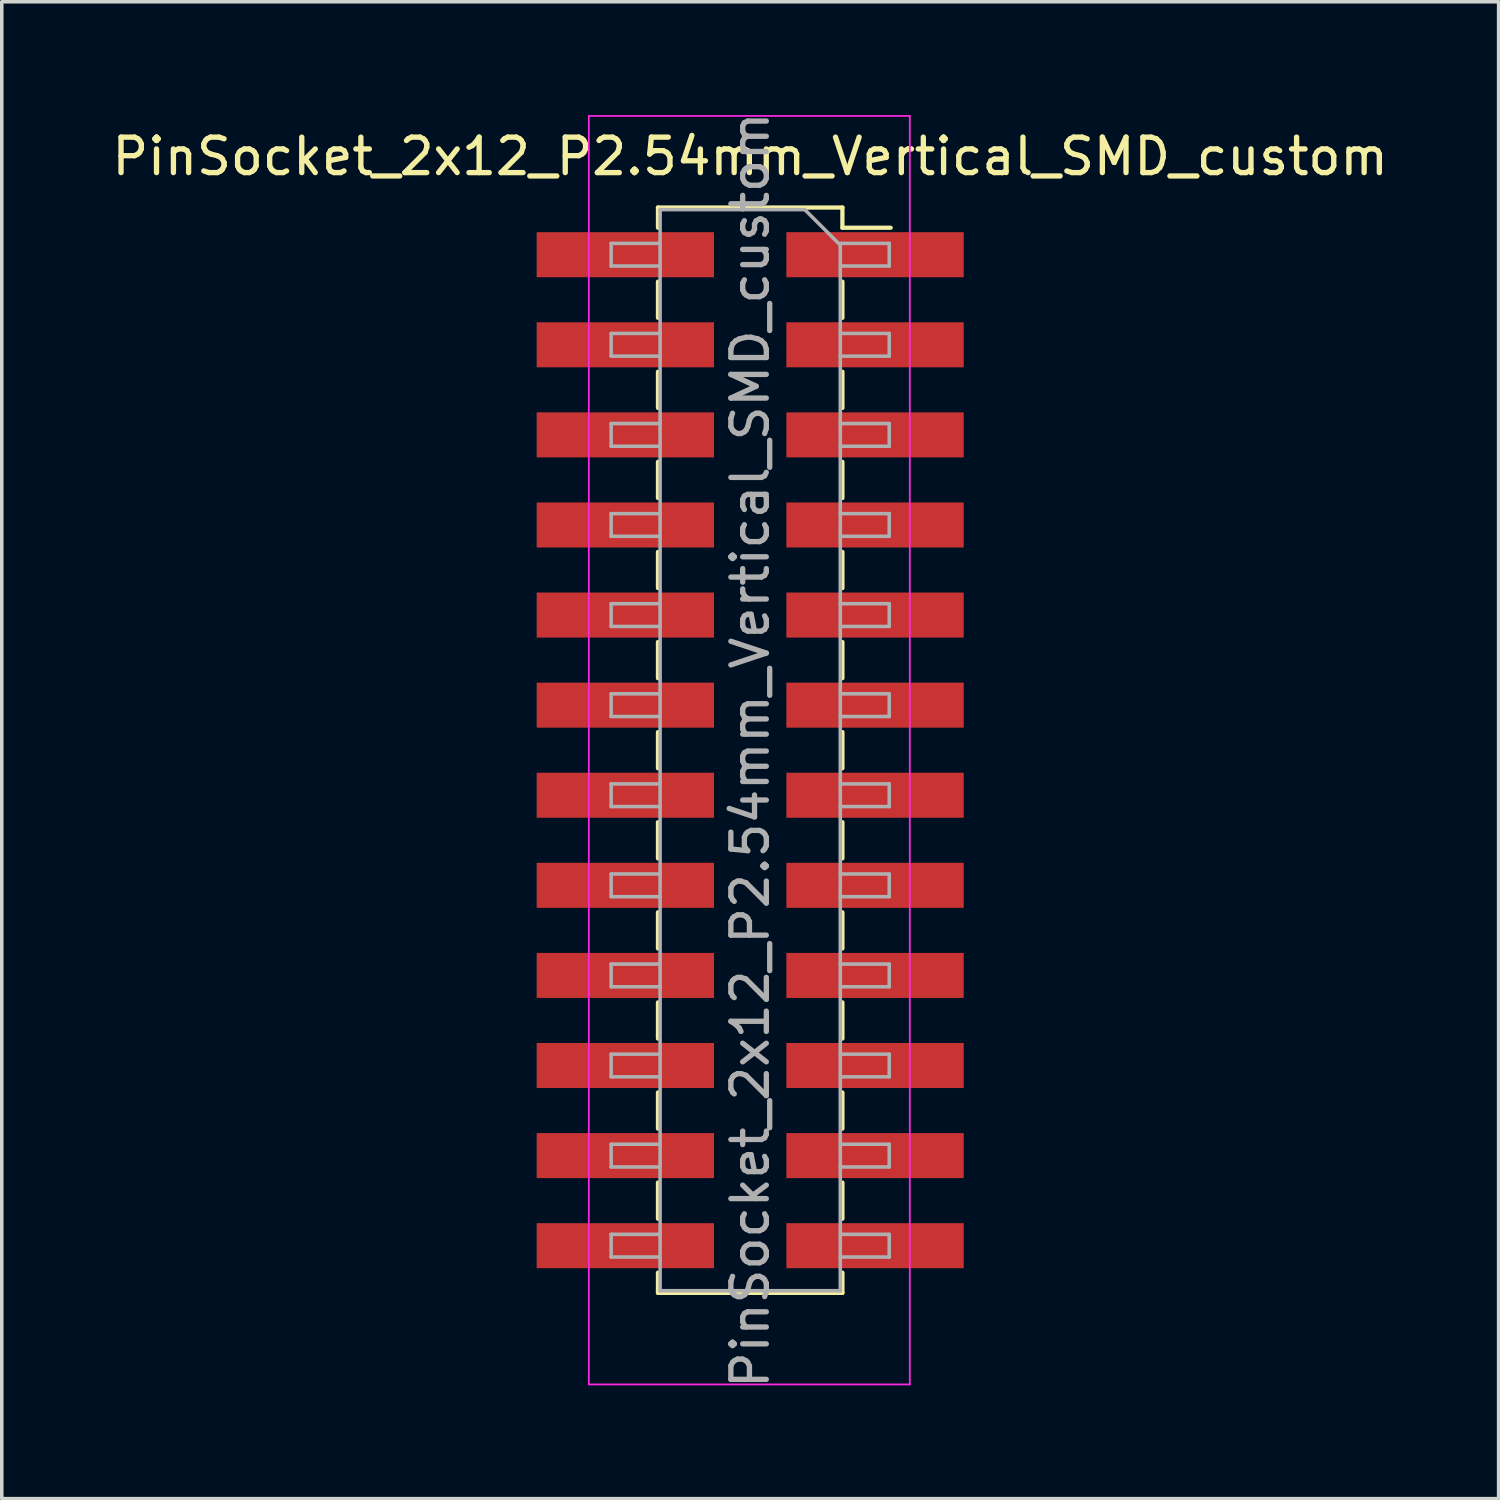
<source format=kicad_pcb>
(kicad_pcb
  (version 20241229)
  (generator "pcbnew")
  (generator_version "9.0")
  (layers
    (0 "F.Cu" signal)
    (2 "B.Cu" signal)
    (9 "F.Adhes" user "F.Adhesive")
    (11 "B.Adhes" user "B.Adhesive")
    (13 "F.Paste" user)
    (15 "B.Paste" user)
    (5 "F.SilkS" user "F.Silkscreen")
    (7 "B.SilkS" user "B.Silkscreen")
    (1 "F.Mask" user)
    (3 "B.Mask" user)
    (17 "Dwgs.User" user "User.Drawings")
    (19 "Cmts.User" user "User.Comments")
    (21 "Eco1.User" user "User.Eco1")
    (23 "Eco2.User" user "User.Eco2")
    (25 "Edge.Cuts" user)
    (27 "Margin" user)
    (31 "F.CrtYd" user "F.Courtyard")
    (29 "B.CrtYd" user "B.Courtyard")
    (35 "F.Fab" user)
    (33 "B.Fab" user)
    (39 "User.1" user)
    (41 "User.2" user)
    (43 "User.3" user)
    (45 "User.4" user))
  (footprint "PinSocket_2x12_P2.54mm_Vertical_SMD_custom"
    (layer "F.Cu")
    (at 18.101 18.101)
    (property "Reference" "PinSocket_2x12_P2.54mm_Vertical_SMD_custom" (at 0 -16.74 0) (layer "F.SilkS") (effects (font (size 1 1) (thickness 0.15))))
    (attr smd)
    (fp_line (start -2.6 -14.73) (end -2.6 -15.3) (stroke (width 0.12) (type solid)) (layer "F.SilkS"))
    (fp_line (start -2.6 -12.19) (end -2.6 -13.21) (stroke (width 0.12) (type solid)) (layer "F.SilkS"))
    (fp_line (start -2.6 -9.65) (end -2.6 -10.67) (stroke (width 0.12) (type solid)) (layer "F.SilkS"))
    (fp_line (start -2.6 -7.11) (end -2.6 -8.13) (stroke (width 0.12) (type solid)) (layer "F.SilkS"))
    (fp_line (start -2.6 -4.57) (end -2.6 -5.59) (stroke (width 0.12) (type solid)) (layer "F.SilkS"))
    (fp_line (start -2.6 -2.03) (end -2.6 -3.05) (stroke (width 0.12) (type solid)) (layer "F.SilkS"))
    (fp_line (start -2.6 0.51) (end -2.6 -0.51) (stroke (width 0.12) (type solid)) (layer "F.SilkS"))
    (fp_line (start -2.6 3.05) (end -2.6 2.03) (stroke (width 0.12) (type solid)) (layer "F.SilkS"))
    (fp_line (start -2.6 5.59) (end -2.6 4.57) (stroke (width 0.12) (type solid)) (layer "F.SilkS"))
    (fp_line (start -2.6 8.13) (end -2.6 7.11) (stroke (width 0.12) (type solid)) (layer "F.SilkS"))
    (fp_line (start -2.6 10.67) (end -2.6 9.65) (stroke (width 0.12) (type solid)) (layer "F.SilkS"))
    (fp_line (start -2.6 13.21) (end -2.6 12.19) (stroke (width 0.12) (type solid)) (layer "F.SilkS"))
    (fp_line (start -2.6 15.3) (end -2.6 14.73) (stroke (width 0.12) (type solid)) (layer "F.SilkS"))
    (fp_line (start 2.6 -15.3) (end -2.6 -15.3) (stroke (width 0.12) (type solid)) (layer "F.SilkS"))
    (fp_line (start 2.6 -14.73) (end 2.6 -15.3) (stroke (width 0.12) (type solid)) (layer "F.SilkS"))
    (fp_line (start 2.6 -12.19) (end 2.6 -13.21) (stroke (width 0.12) (type solid)) (layer "F.SilkS"))
    (fp_line (start 2.6 -9.65) (end 2.6 -10.67) (stroke (width 0.12) (type solid)) (layer "F.SilkS"))
    (fp_line (start 2.6 -7.11) (end 2.6 -8.13) (stroke (width 0.12) (type solid)) (layer "F.SilkS"))
    (fp_line (start 2.6 -4.57) (end 2.6 -5.59) (stroke (width 0.12) (type solid)) (layer "F.SilkS"))
    (fp_line (start 2.6 -2.03) (end 2.6 -3.05) (stroke (width 0.12) (type solid)) (layer "F.SilkS"))
    (fp_line (start 2.6 0.51) (end 2.6 -0.51) (stroke (width 0.12) (type solid)) (layer "F.SilkS"))
    (fp_line (start 2.6 3.05) (end 2.6 2.03) (stroke (width 0.12) (type solid)) (layer "F.SilkS"))
    (fp_line (start 2.6 5.59) (end 2.6 4.57) (stroke (width 0.12) (type solid)) (layer "F.SilkS"))
    (fp_line (start 2.6 8.13) (end 2.6 7.11) (stroke (width 0.12) (type solid)) (layer "F.SilkS"))
    (fp_line (start 2.6 10.67) (end 2.6 9.65) (stroke (width 0.12) (type solid)) (layer "F.SilkS"))
    (fp_line (start 2.6 13.21) (end 2.6 12.19) (stroke (width 0.12) (type solid)) (layer "F.SilkS"))
    (fp_line (start 2.6 15.3) (end -2.6 15.3) (stroke (width 0.12) (type solid)) (layer "F.SilkS"))
    (fp_line (start 2.6 15.3) (end 2.6 14.73) (stroke (width 0.12) (type solid)) (layer "F.SilkS"))
    (fp_line (start 3.96 -14.73) (end 2.6 -14.73) (stroke (width 0.12) (type solid)) (layer "F.SilkS"))
    (fp_line (start -4.55 -17.882) (end -4.55 17.882) (stroke (width 0.05) (type solid)) (layer "F.CrtYd"))
    (fp_line (start -4.55 17.882) (end 4.5 17.882) (stroke (width 0.05) (type solid)) (layer "F.CrtYd"))
    (fp_line (start 4.5 -17.882) (end -4.55 -17.882) (stroke (width 0.05) (type solid)) (layer "F.CrtYd"))
    (fp_line (start 4.5 17.882) (end 4.5 -17.882) (stroke (width 0.05) (type solid)) (layer "F.CrtYd"))
    (fp_line (start -3.92 -11.75) (end -3.92 -11.11) (stroke (width 0.1) (type solid)) (layer "F.Fab"))
    (fp_line (start -3.92 -6.67) (end -3.92 -6.03) (stroke (width 0.1) (type solid)) (layer "F.Fab"))
    (fp_line (start -3.92 -1.59) (end -3.92 -0.95) (stroke (width 0.1) (type solid)) (layer "F.Fab"))
    (fp_line (start -3.92 3.49) (end -3.92 4.13) (stroke (width 0.1) (type solid)) (layer "F.Fab"))
    (fp_line (start -3.92 8.57) (end -3.92 9.21) (stroke (width 0.1) (type solid)) (layer "F.Fab"))
    (fp_line (start -3.92 -14.29) (end -3.92 -13.65) (stroke (width 0.1) (type solid)) (layer "F.Fab"))
    (fp_line (start -3.92 -13.65) (end -2.54 -13.65) (stroke (width 0.1) (type solid)) (layer "F.Fab"))
    (fp_line (start -3.92 -11.11) (end -2.54 -11.11) (stroke (width 0.1) (type solid)) (layer "F.Fab"))
    (fp_line (start -3.92 -9.21) (end -3.92 -8.57) (stroke (width 0.1) (type solid)) (layer "F.Fab"))
    (fp_line (start -3.92 -8.57) (end -2.54 -8.57) (stroke (width 0.1) (type solid)) (layer "F.Fab"))
    (fp_line (start -3.92 -6.03) (end -2.54 -6.03) (stroke (width 0.1) (type solid)) (layer "F.Fab"))
    (fp_line (start -3.92 -4.13) (end -3.92 -3.49) (stroke (width 0.1) (type solid)) (layer "F.Fab"))
    (fp_line (start -3.92 -3.49) (end -2.54 -3.49) (stroke (width 0.1) (type solid)) (layer "F.Fab"))
    (fp_line (start -3.92 -0.95) (end -2.54 -0.95) (stroke (width 0.1) (type solid)) (layer "F.Fab"))
    (fp_line (start -3.92 0.95) (end -3.92 1.59) (stroke (width 0.1) (type solid)) (layer "F.Fab"))
    (fp_line (start -3.92 1.59) (end -2.54 1.59) (stroke (width 0.1) (type solid)) (layer "F.Fab"))
    (fp_line (start -3.92 4.13) (end -2.54 4.13) (stroke (width 0.1) (type solid)) (layer "F.Fab"))
    (fp_line (start -3.92 6.03) (end -3.92 6.67) (stroke (width 0.1) (type solid)) (layer "F.Fab"))
    (fp_line (start -3.92 6.67) (end -2.54 6.67) (stroke (width 0.1) (type solid)) (layer "F.Fab"))
    (fp_line (start -3.92 9.21) (end -2.54 9.21) (stroke (width 0.1) (type solid)) (layer "F.Fab"))
    (fp_line (start -3.92 11.11) (end -3.92 11.75) (stroke (width 0.1) (type solid)) (layer "F.Fab"))
    (fp_line (start -3.92 11.75) (end -2.54 11.75) (stroke (width 0.1) (type solid)) (layer "F.Fab"))
    (fp_line (start -3.92 13.65) (end -3.92 14.29) (stroke (width 0.1) (type solid)) (layer "F.Fab"))
    (fp_line (start -3.92 14.29) (end -2.54 14.29) (stroke (width 0.1) (type solid)) (layer "F.Fab"))
    (fp_line (start -2.54 -11.75) (end -3.92 -11.75) (stroke (width 0.1) (type solid)) (layer "F.Fab"))
    (fp_line (start -2.54 -6.67) (end -3.92 -6.67) (stroke (width 0.1) (type solid)) (layer "F.Fab"))
    (fp_line (start -2.54 -1.59) (end -3.92 -1.59) (stroke (width 0.1) (type solid)) (layer "F.Fab"))
    (fp_line (start -2.54 3.49) (end -3.92 3.49) (stroke (width 0.1) (type solid)) (layer "F.Fab"))
    (fp_line (start -2.54 8.57) (end -3.92 8.57) (stroke (width 0.1) (type solid)) (layer "F.Fab"))
    (fp_line (start -2.54 13.65) (end -3.92 13.65) (stroke (width 0.1) (type solid)) (layer "F.Fab"))
    (fp_line (start -2.54 -15.24) (end -2.54 15.24) (stroke (width 0.1) (type solid)) (layer "F.Fab"))
    (fp_line (start -2.54 -14.29) (end -3.92 -14.29) (stroke (width 0.1) (type solid)) (layer "F.Fab"))
    (fp_line (start -2.54 -9.21) (end -3.92 -9.21) (stroke (width 0.1) (type solid)) (layer "F.Fab"))
    (fp_line (start -2.54 -4.13) (end -3.92 -4.13) (stroke (width 0.1) (type solid)) (layer "F.Fab"))
    (fp_line (start -2.54 0.95) (end -3.92 0.95) (stroke (width 0.1) (type solid)) (layer "F.Fab"))
    (fp_line (start -2.54 6.03) (end -3.92 6.03) (stroke (width 0.1) (type solid)) (layer "F.Fab"))
    (fp_line (start -2.54 11.11) (end -3.92 11.11) (stroke (width 0.1) (type solid)) (layer "F.Fab"))
    (fp_line (start -2.54 15.24) (end 2.54 15.24) (stroke (width 0.1) (type solid)) (layer "F.Fab"))
    (fp_line (start 1.54 -15.24) (end -2.54 -15.24) (stroke (width 0.1) (type solid)) (layer "F.Fab"))
    (fp_line (start 2.54 -11.11) (end 3.92 -11.11) (stroke (width 0.1) (type solid)) (layer "F.Fab"))
    (fp_line (start 2.54 -6.03) (end 3.92 -6.03) (stroke (width 0.1) (type solid)) (layer "F.Fab"))
    (fp_line (start 2.54 -0.95) (end 3.92 -0.95) (stroke (width 0.1) (type solid)) (layer "F.Fab"))
    (fp_line (start 2.54 4.13) (end 3.92 4.13) (stroke (width 0.1) (type solid)) (layer "F.Fab"))
    (fp_line (start 2.54 9.21) (end 3.92 9.21) (stroke (width 0.1) (type solid)) (layer "F.Fab"))
    (fp_line (start 2.54 14.29) (end 3.92 14.29) (stroke (width 0.1) (type solid)) (layer "F.Fab"))
    (fp_line (start 2.54 15.24) (end 2.54 -14.24) (stroke (width 0.1) (type solid)) (layer "F.Fab"))
    (fp_line (start 2.54 -14.24) (end 1.54 -15.24) (stroke (width 0.1) (type solid)) (layer "F.Fab"))
    (fp_line (start 2.54 -13.65) (end 3.92 -13.65) (stroke (width 0.1) (type solid)) (layer "F.Fab"))
    (fp_line (start 2.54 -8.57) (end 3.92 -8.57) (stroke (width 0.1) (type solid)) (layer "F.Fab"))
    (fp_line (start 2.54 -3.49) (end 3.92 -3.49) (stroke (width 0.1) (type solid)) (layer "F.Fab"))
    (fp_line (start 2.54 1.59) (end 3.92 1.59) (stroke (width 0.1) (type solid)) (layer "F.Fab"))
    (fp_line (start 2.54 6.67) (end 3.92 6.67) (stroke (width 0.1) (type solid)) (layer "F.Fab"))
    (fp_line (start 2.54 11.75) (end 3.92 11.75) (stroke (width 0.1) (type solid)) (layer "F.Fab"))
    (fp_line (start 3.92 -14.29) (end 2.54 -14.29) (stroke (width 0.1) (type solid)) (layer "F.Fab"))
    (fp_line (start 3.92 -13.65) (end 3.92 -14.29) (stroke (width 0.1) (type solid)) (layer "F.Fab"))
    (fp_line (start 3.92 -11.75) (end 2.54 -11.75) (stroke (width 0.1) (type solid)) (layer "F.Fab"))
    (fp_line (start 3.92 -11.11) (end 3.92 -11.75) (stroke (width 0.1) (type solid)) (layer "F.Fab"))
    (fp_line (start 3.92 -9.21) (end 2.54 -9.21) (stroke (width 0.1) (type solid)) (layer "F.Fab"))
    (fp_line (start 3.92 -6.67) (end 2.54 -6.67) (stroke (width 0.1) (type solid)) (layer "F.Fab"))
    (fp_line (start 3.92 -6.03) (end 3.92 -6.67) (stroke (width 0.1) (type solid)) (layer "F.Fab"))
    (fp_line (start 3.92 -4.13) (end 2.54 -4.13) (stroke (width 0.1) (type solid)) (layer "F.Fab"))
    (fp_line (start 3.92 -1.59) (end 2.54 -1.59) (stroke (width 0.1) (type solid)) (layer "F.Fab"))
    (fp_line (start 3.92 -0.95) (end 3.92 -1.59) (stroke (width 0.1) (type solid)) (layer "F.Fab"))
    (fp_line (start 3.92 0.95) (end 2.54 0.95) (stroke (width 0.1) (type solid)) (layer "F.Fab"))
    (fp_line (start 3.92 3.49) (end 2.54 3.49) (stroke (width 0.1) (type solid)) (layer "F.Fab"))
    (fp_line (start 3.92 4.13) (end 3.92 3.49) (stroke (width 0.1) (type solid)) (layer "F.Fab"))
    (fp_line (start 3.92 6.03) (end 2.54 6.03) (stroke (width 0.1) (type solid)) (layer "F.Fab"))
    (fp_line (start 3.92 8.57) (end 2.54 8.57) (stroke (width 0.1) (type solid)) (layer "F.Fab"))
    (fp_line (start 3.92 9.21) (end 3.92 8.57) (stroke (width 0.1) (type solid)) (layer "F.Fab"))
    (fp_line (start 3.92 11.11) (end 2.54 11.11) (stroke (width 0.1) (type solid)) (layer "F.Fab"))
    (fp_line (start 3.92 13.65) (end 2.54 13.65) (stroke (width 0.1) (type solid)) (layer "F.Fab"))
    (fp_line (start 3.92 14.29) (end 3.92 13.65) (stroke (width 0.1) (type solid)) (layer "F.Fab"))
    (fp_line (start 3.92 -8.57) (end 3.92 -9.21) (stroke (width 0.1) (type solid)) (layer "F.Fab"))
    (fp_line (start 3.92 -3.49) (end 3.92 -4.13) (stroke (width 0.1) (type solid)) (layer "F.Fab"))
    (fp_line (start 3.92 1.59) (end 3.92 0.95) (stroke (width 0.1) (type solid)) (layer "F.Fab"))
    (fp_line (start 3.92 6.67) (end 3.92 6.03) (stroke (width 0.1) (type solid)) (layer "F.Fab"))
    (fp_line (start 3.92 11.75) (end 3.92 11.11) (stroke (width 0.1) (type solid)) (layer "F.Fab"))
    (fp_text user "${REFERENCE}" (at 0 0 90) (layer "F.Fab") (effects (font (size 1 1) (thickness 0.15))))
    (pad "1" smd rect (at -3.52 -13.97) (size 5 1.27) (layers "F.Cu" "F.Mask" "F.Paste"))
    (pad "2" smd rect (at -3.52 -11.43) (size 5 1.27) (layers "F.Cu" "F.Mask" "F.Paste"))
    (pad "3" smd rect (at -3.52 -8.89) (size 5 1.27) (layers "F.Cu" "F.Mask" "F.Paste"))
    (pad "4" smd rect (at -3.52 -6.35) (size 5 1.27) (layers "F.Cu" "F.Mask" "F.Paste"))
    (pad "5" smd rect (at -3.52 -3.81) (size 5 1.27) (layers "F.Cu" "F.Mask" "F.Paste"))
    (pad "6" smd rect (at -3.52 -1.27) (size 5 1.27) (layers "F.Cu" "F.Mask" "F.Paste"))
    (pad "7" smd rect (at -3.52 1.27) (size 5 1.27) (layers "F.Cu" "F.Mask" "F.Paste"))
    (pad "8" smd rect (at -3.52 3.81) (size 5 1.27) (layers "F.Cu" "F.Mask" "F.Paste"))
    (pad "9" smd rect (at -3.52 6.35) (size 5 1.27) (layers "F.Cu" "F.Mask" "F.Paste"))
    (pad "10" smd rect (at -3.52 8.89) (size 5 1.27) (layers "F.Cu" "F.Mask" "F.Paste"))
    (pad "11" smd rect (at -3.52 11.43) (size 5 1.27) (layers "F.Cu" "F.Mask" "F.Paste"))
    (pad "12" smd rect (at -3.52 13.97) (size 5 1.27) (layers "F.Cu" "F.Mask" "F.Paste"))
    (pad "13" smd rect (at 3.52 -13.97) (size 5 1.27) (layers "F.Cu" "F.Mask" "F.Paste"))
    (pad "14" smd rect (at 3.52 -11.43) (size 5 1.27) (layers "F.Cu" "F.Mask" "F.Paste"))
    (pad "15" smd rect (at 3.52 -8.89) (size 5 1.27) (layers "F.Cu" "F.Mask" "F.Paste"))
    (pad "16" smd rect (at 3.52 -6.35) (size 5 1.27) (layers "F.Cu" "F.Mask" "F.Paste"))
    (pad "17" smd rect (at 3.52 -3.81) (size 5 1.27) (layers "F.Cu" "F.Mask" "F.Paste"))
    (pad "18" smd rect (at 3.52 -1.27) (size 5 1.27) (layers "F.Cu" "F.Mask" "F.Paste"))
    (pad "19" smd rect (at 3.52 1.27) (size 5 1.27) (layers "F.Cu" "F.Mask" "F.Paste"))
    (pad "20" smd rect (at 3.52 3.81) (size 5 1.27) (layers "F.Cu" "F.Mask" "F.Paste"))
    (pad "21" smd rect (at 3.52 6.35) (size 5 1.27) (layers "F.Cu" "F.Mask" "F.Paste"))
    (pad "22" smd rect (at 3.52 8.89) (size 5 1.27) (layers "F.Cu" "F.Mask" "F.Paste"))
    (pad "23" smd rect (at 3.52 11.43) (size 5 1.27) (layers "F.Cu" "F.Mask" "F.Paste"))
    (pad "24" smd rect (at 3.52 13.97) (size 5 1.27) (layers "F.Cu" "F.Mask" "F.Paste")))
  (gr_rect
    (start -3 -3)
    (end 39.202 39.202)
    (stroke (width 0.1) (type default))
    (fill no)
    (layer "Edge.Cuts")))
</source>
